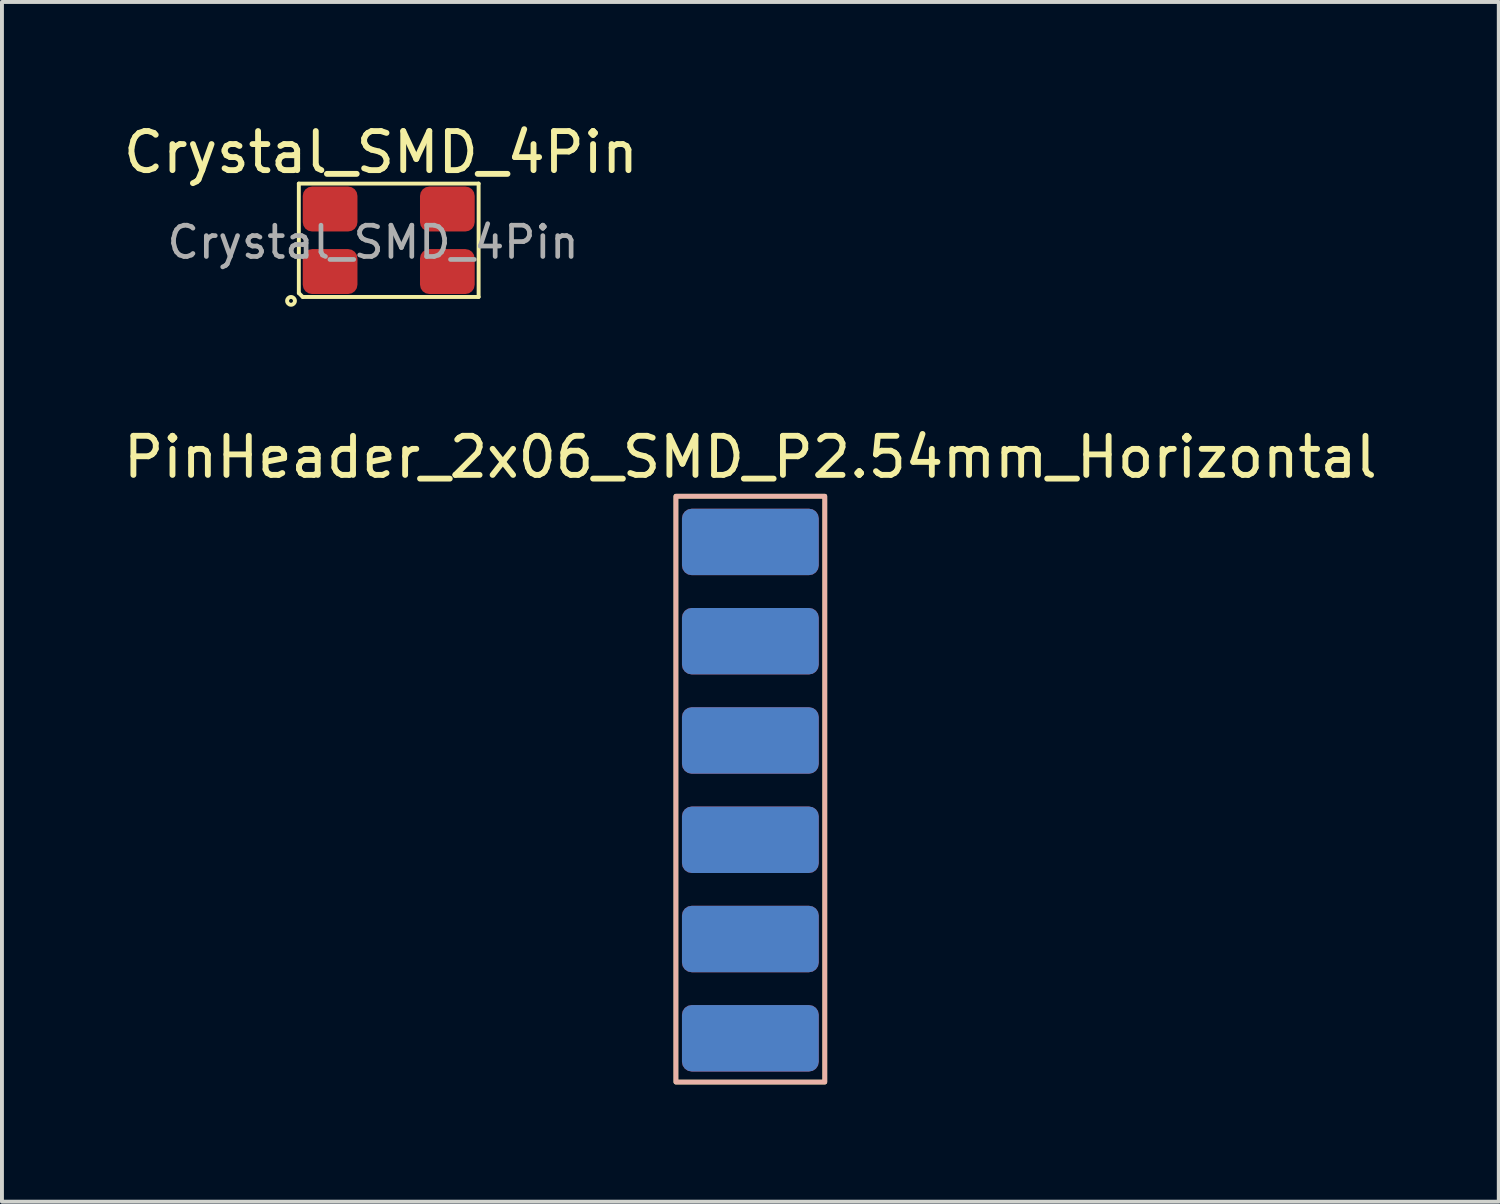
<source format=kicad_pcb>
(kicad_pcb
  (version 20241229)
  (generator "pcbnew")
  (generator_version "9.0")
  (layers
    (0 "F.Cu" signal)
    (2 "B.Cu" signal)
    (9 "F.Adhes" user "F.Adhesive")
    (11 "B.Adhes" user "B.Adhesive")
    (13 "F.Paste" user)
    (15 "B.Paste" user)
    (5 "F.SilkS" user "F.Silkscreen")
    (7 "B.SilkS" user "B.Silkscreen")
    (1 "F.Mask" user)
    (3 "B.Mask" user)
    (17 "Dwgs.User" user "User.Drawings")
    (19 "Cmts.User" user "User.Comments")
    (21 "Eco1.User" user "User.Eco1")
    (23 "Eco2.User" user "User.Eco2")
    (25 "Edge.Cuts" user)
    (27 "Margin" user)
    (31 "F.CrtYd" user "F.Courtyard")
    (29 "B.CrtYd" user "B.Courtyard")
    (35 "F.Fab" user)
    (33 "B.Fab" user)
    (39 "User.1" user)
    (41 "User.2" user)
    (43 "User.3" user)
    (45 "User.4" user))
  (footprint "PinHeader_2x06_SMD_P2.54mm_Horizontal"
    (layer "F.Cu")
    (at 16.149 15.896)
    (property "Reference" "PinHeader_2x06_SMD_P2.54mm_Horizontal" (at 0 -7.25 0) (layer "F.SilkS") (effects (font (size 1 1) (thickness 0.15))))
    (attr through_hole)
    (fp_rect (start -1.905 -6.25) (end 1.905 8.74) (stroke (width 0.12) (type solid)) (fill no) (layer "F.SilkS"))
    (fp_rect (start -1.905 -6.25) (end 1.905 8.74) (stroke (width 0.12) (type solid)) (fill no) (layer "B.SilkS"))
    (pad "1" smd roundrect (at 0 -5.08) (size 3.5 1.7) (layers "*.Mask" "F.Cu") (roundrect_rratio 0.147))
    (pad "2" smd roundrect (at 0 -5.08) (size 3.5 1.7) (layers "*.Mask" "B.Cu") (roundrect_rratio 0.147))
    (pad "3" smd roundrect (at 0 -2.54) (size 3.5 1.7) (layers "*.Mask" "F.Cu") (roundrect_rratio 0.147))
    (pad "4" smd roundrect (at 0 -2.54) (size 3.5 1.7) (layers "*.Mask" "B.Cu") (roundrect_rratio 0.147))
    (pad "5" smd roundrect (at 0 0) (size 3.5 1.7) (layers "*.Mask" "F.Cu") (roundrect_rratio 0.147))
    (pad "6" smd roundrect (at 0 0) (size 3.5 1.7) (layers "*.Mask" "B.Cu") (roundrect_rratio 0.147))
    (pad "7" smd roundrect (at 0 2.54) (size 3.5 1.7) (layers "*.Mask" "F.Cu") (roundrect_rratio 0.147))
    (pad "8" smd roundrect (at 0 2.54) (size 3.5 1.7) (layers "*.Mask" "B.Cu") (roundrect_rratio 0.147))
    (pad "9" smd roundrect (at 0 5.08) (size 3.5 1.7) (layers "*.Mask" "F.Cu") (roundrect_rratio 0.147))
    (pad "10" smd roundrect (at 0 5.08) (size 3.5 1.7) (layers "*.Mask" "B.Cu") (roundrect_rratio 0.147))
    (pad "11" smd roundrect (at 0 7.62) (size 3.5 1.7) (layers "*.Mask" "F.Cu") (roundrect_rratio 0.147))
    (pad "12" smd roundrect (at 0 7.62) (size 3.5 1.7) (layers "*.Mask" "B.Cu") (roundrect_rratio 0.147)))
  (footprint "Crystal_SMD_4Pin"
    (layer "F.Cu")
    (at 6.796 3.148)
    (property "Reference" "Crystal_SMD_4Pin" (at -0.1 -2.3 0) (layer "F.SilkS") (effects (font (size 1 1) (thickness 0.15))))
    (attr smd)
    (fp_line (start -2.2 -1.5) (end -2.2 1.3) (stroke (width 0.1) (type default)) (layer "F.SilkS"))
    (fp_line (start -2.2 1.3) (end -2.1 1.4) (stroke (width 0.1) (type default)) (layer "F.SilkS"))
    (fp_line (start -2.1 1.4) (end 2.4 1.4) (stroke (width 0.1) (type default)) (layer "F.SilkS"))
    (fp_line (start 2.4 -1.5) (end -2.2 -1.5) (stroke (width 0.1) (type default)) (layer "F.SilkS"))
    (fp_line (start 2.4 1.4) (end 2.4 -1.5) (stroke (width 0.1) (type default)) (layer "F.SilkS"))
    (fp_circle (center -2.4 1.5) (end -2.4 1.6) (stroke (width 0.1) (type default)) (fill no) (layer "F.SilkS"))
    (fp_text user "${REFERENCE}" (at -0.3 0 0) (layer "F.Fab") (effects (font (size 0.8 0.8) (thickness 0.12))))
    (pad "1" smd roundrect (at -1.4 0.75) (size 1.4 1.15) (layers "F.Cu" "F.Mask" "F.Paste") (roundrect_rratio 0.208))
    (pad "2" smd roundrect (at 1.6 0.75) (size 1.4 1.15) (layers "F.Cu" "F.Mask" "F.Paste") (roundrect_rratio 0.208))
    (pad "3" smd roundrect (at 1.6 -0.85) (size 1.4 1.15) (layers "F.Cu" "F.Mask" "F.Paste") (roundrect_rratio 0.208))
    (pad "4" smd roundrect (at -1.4 -0.85) (size 1.4 1.15) (layers "F.Cu" "F.Mask" "F.Paste") (roundrect_rratio 0.208)))
  (gr_rect
    (start -3 -3)
    (end 35.298 27.697)
    (stroke (width 0.1) (type default))
    (fill no)
    (layer "Edge.Cuts")))
</source>
